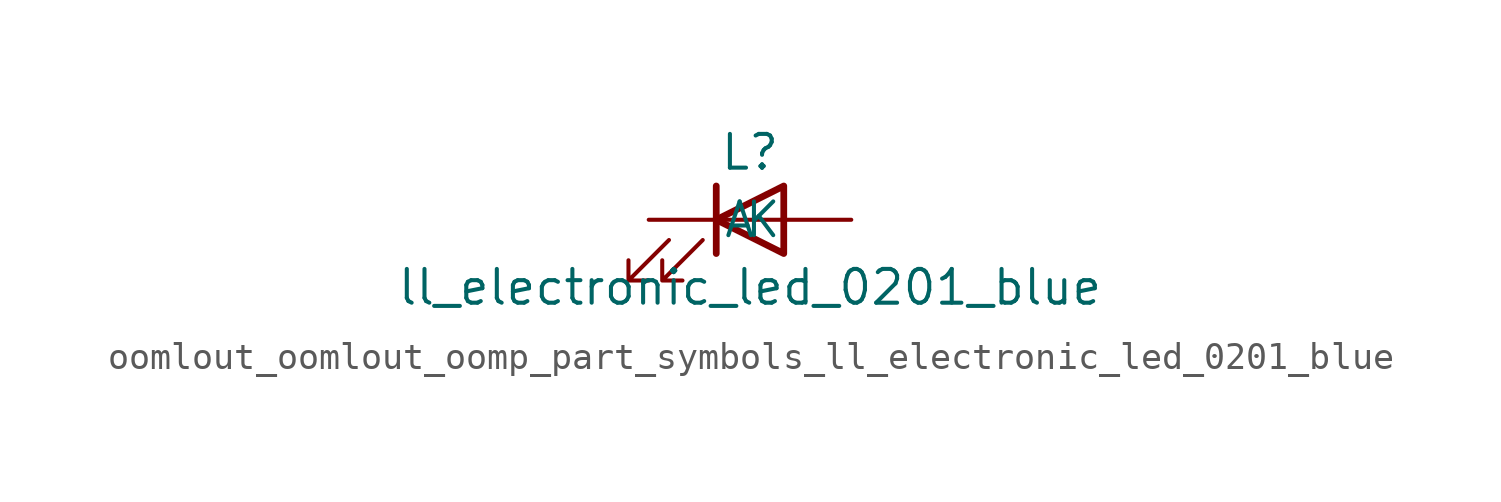
<source format=kicad_sym>
(kicad_symbol_lib
  (version 20220914)
  (generator kicad_symbol_editor)
  (symbol "oomlout_oomlout_oomp_part_symbols_ll_electronic_led_0201_blue"
    (pin_numbers hide)
    (pin_names
      (offset 1.016))
    (property "Reference" "L"
      (at 0 2.54 0)
      (effects (font (size 1.27 1.27))))
    (property "Value" "ll_electronic_led_0201_blue"
      (at 0 -2.54 0)
      (effects (font (size 1.27 1.27))))
    (symbol "oomlout_oomlout_oomp_part_symbols_ll_electronic_led_0201_blue_0_1"
      (polyline (pts (xy -1.27 -1.27) (xy -1.27 1.27)) (stroke (width 0.254) (type default)) (fill (type none)))
      (polyline (pts (xy -1.27 0) (xy 1.27 0)) (stroke (width 0) (type default)) (fill (type none)))
      (polyline (pts (xy 1.27 -1.27) (xy 1.27 1.27) (xy -1.27 0) (xy 1.27 -1.27)) (stroke (width 0.254) (type default)) (fill (type none)))
      (polyline (pts (xy -3.048 -0.762) (xy -4.572 -2.286) (xy -3.81 -2.286) (xy -4.572 -2.286) (xy -4.572 -1.524)) (stroke (width 0) (type default)) (fill (type none)))
      (polyline (pts (xy -1.778 -0.762) (xy -3.302 -2.286) (xy -2.54 -2.286) (xy -3.302 -2.286) (xy -3.302 -1.524)) (stroke (width 0) (type default)) (fill (type none))))
    (symbol "oomlout_oomlout_oomp_part_symbols_ll_electronic_led_0201_blue_1_1"
      (pin passive line (at -3.81 0 0) (length 2.54) (name "K" (effects (font (size 1.27 1.27)))) (number "1" (effects (font (size 1.27 1.27)))))
      (pin passive line (at 3.81 0 180) (length 2.54) (name "A" (effects (font (size 1.27 1.27)))) (number "2" (effects (font (size 1.27 1.27))))))))
</source>
